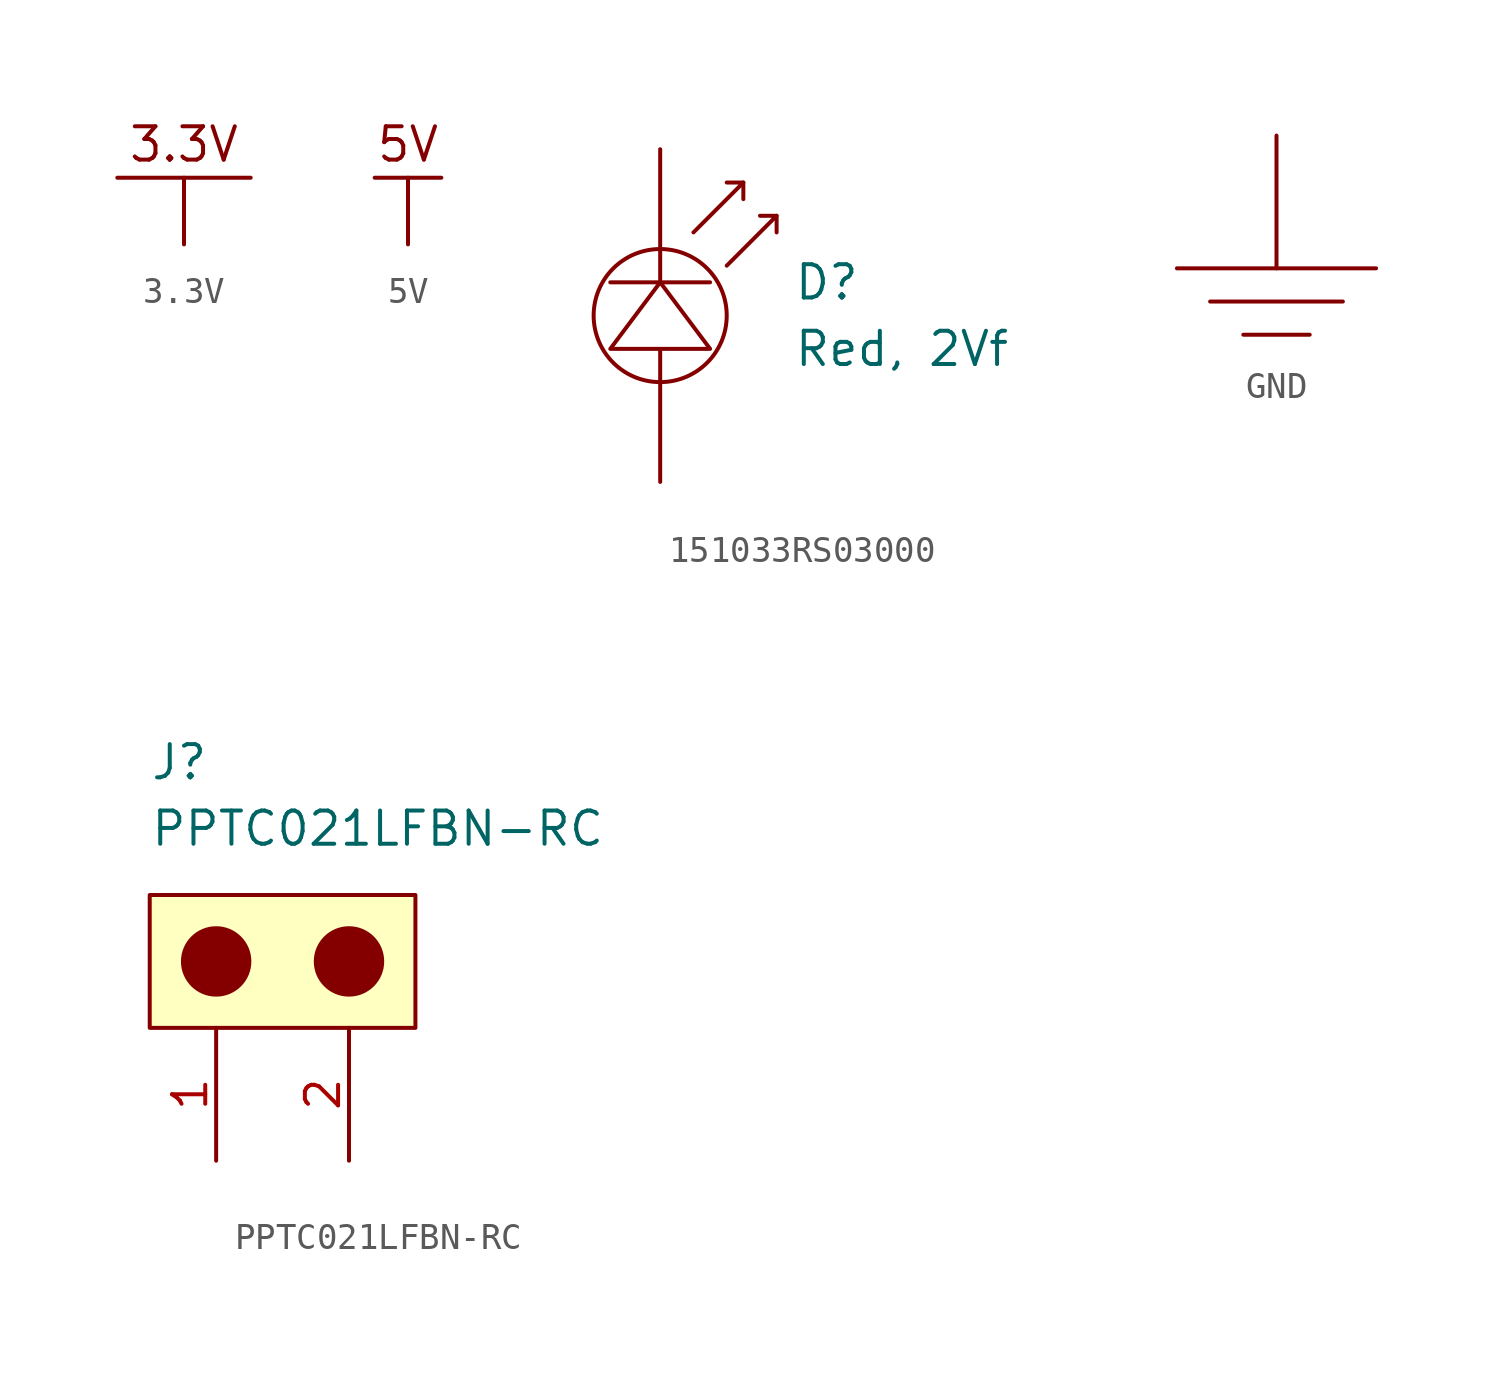
<source format=kicad_sym>
(kicad_symbol_lib
  (version 20231120)
  (generator "kicad_symbol_editor")
  (generator_version "8.0")
  (symbol "3.3V"
    (power)
    (pin_numbers hide)
    (pin_names
      (offset 0) hide)
    (property "Reference" "#PWR"
      (at 0 6.35 0)
      (do_not_autoplace)
      (effects (font (size 1.27 1.27)) (hide yes)))
    (property "Value" ""
      (at 0 0 0)
      (effects (font (size 1.27 1.27))))
    (symbol "3.3V_0_1"
      (polyline (pts (xy -2.54 2.54) (xy 2.54 2.54)) (stroke (width 0) (type default)) (fill (type none)))
      (polyline (pts (xy 0 0) (xy 0 2.54)) (stroke (width 0) (type default)) (fill (type none))))
    (symbol "3.3V_1_1"
      (text "3.3V" (at 0 3.81 0) (effects (font (size 1.27 1.27))))
      (pin power_in line (at 0 0 90) (length 0) hide (name "" (effects (font (size 1.27 1.27)))) (number "1" (effects (font (size 1.27 1.27)))))))
  (symbol "5V"
    (power)
    (pin_numbers hide)
    (pin_names
      (offset 0) hide)
    (property "Reference" "#PWR"
      (at 0 6.35 0)
      (do_not_autoplace)
      (effects (font (size 1.27 1.27)) (hide yes)))
    (property "Value" ""
      (at 0 0 0)
      (effects (font (size 1.27 1.27))))
    (symbol "5V_0_1"
      (polyline (pts (xy -1.27 2.54) (xy 1.27 2.54)) (stroke (width 0) (type default)) (fill (type none)))
      (polyline (pts (xy 0 0) (xy 0 2.54)) (stroke (width 0) (type default)) (fill (type none))))
    (symbol "5V_1_1"
      (text "5V" (at 0 3.81 0) (effects (font (size 1.27 1.27))))
      (pin power_in line (at 0 0 90) (length 0) hide (name "" (effects (font (size 1.27 1.27)))) (number "1" (effects (font (size 1.27 1.27)))))))
  (symbol "151033RS03000"
    (property "Reference" "D"
      (at 5.08 7.62 0)
      (do_not_autoplace)
      (effects (font (size 1.27 1.27)) (justify left)))
    (property "Value" "Red, 2Vf"
      (at 5.08 5.08 0)
      (do_not_autoplace)
      (effects (font (size 1.27 1.27)) (justify left)))
    (symbol "151033RS03000_0_1"
      (polyline (pts (xy -1.905 7.62) (xy 1.905 7.62)) (stroke (width 0) (type default)) (fill (type none)))
      (polyline (pts (xy 0 7.62) (xy 0 12.7)) (stroke (width 0) (type default)) (fill (type none)))
      (polyline (pts (xy 3.175 11.43) (xy 3.175 10.795)) (stroke (width 0) (type default)) (fill (type none)))
      (polyline (pts (xy 4.445 10.16) (xy 4.445 9.525)) (stroke (width 0) (type default)) (fill (type none)))
      (polyline (pts (xy 1.27 9.525) (xy 3.175 11.43) (xy 2.54 11.43)) (stroke (width 0) (type default)) (fill (type none)))
      (polyline (pts (xy 2.54 8.255) (xy 4.445 10.16) (xy 3.81 10.16)) (stroke (width 0) (type default)) (fill (type none)))
      (polyline (pts (xy 0 0) (xy 0 5.08) (xy -1.905 5.08) (xy 0 7.62) (xy 1.905 5.08) (xy 0 5.08)) (stroke (width 0) (type default)) (fill (type none)))
      (circle (center 0 6.35) (radius 2.54) (stroke (width 0) (type default)) (fill (type none))))
    (symbol "151033RS03000_1_1"
      (pin passive line (at 0 12.7 270) (length 0) hide (name "" (effects (font (size 1.27 1.27)))) (number "1" (effects (font (size 1.27 1.27)))))
      (pin passive line (at 0 0 90) (length 0) hide (name "" (effects (font (size 1.27 1.27)))) (number "2" (effects (font (size 1.27 1.27)))))))
  (symbol "GND"
    (power)
    (pin_numbers hide)
    (pin_names
      (offset 0) hide)
    (property "Reference" "#PWR"
      (at 0 -8.89 0)
      (do_not_autoplace)
      (effects (font (size 1.27 1.27)) (hide yes)))
    (property "Value" ""
      (at 0 -7.62 0)
      (effects (font (size 1.27 1.27))))
    (symbol "GND_0_1"
      (polyline (pts (xy -3.81 -5.08) (xy 3.81 -5.08)) (stroke (width 0) (type default)) (fill (type none)))
      (polyline (pts (xy -2.54 -6.35) (xy 2.54 -6.35)) (stroke (width 0) (type default)) (fill (type none)))
      (polyline (pts (xy -1.27 -7.62) (xy 1.27 -7.62)) (stroke (width 0) (type default)) (fill (type none)))
      (polyline (pts (xy 0 -5.08) (xy 0 0)) (stroke (width 0) (type default)) (fill (type none))))
    (symbol "GND_1_1"
      (pin power_in line (at 0 0 270) (length 0) hide (name "" (effects (font (size 1.27 1.27)))) (number "1" (effects (font (size 1.27 1.27)))))))
  (symbol "PPTC021LFBN-RC"
    (property "Reference" "J"
      (at 0 15.24 0)
      (do_not_autoplace)
      (effects (font (size 1.27 1.27)) (justify left)))
    (property "Value" "PPTC021LFBN-RC"
      (at 0 12.7 0)
      (do_not_autoplace)
      (effects (font (size 1.27 1.27)) (justify left)))
    (symbol "PPTC021LFBN-RC_0_1"
      (rectangle (start 0 10.16) (end 10.16 5.08) (stroke (width 0) (type default)) (fill (type background)))
      (circle (center 2.54 7.62) (radius 1.27) (stroke (width 0) (type default)) (fill (type outline))))
    (symbol "PPTC021LFBN-RC_1_1"
      (circle (center 7.62 7.62) (radius 1.27) (stroke (width 0) (type default)) (fill (type outline)))
      (pin passive line (at 2.54 0 90) (length 5.08) (name "" (effects (font (size 1.27 1.27)))) (number "1" (effects (font (size 1.27 1.27)))))
      (pin passive line (at 7.62 0 90) (length 5.08) (name "" (effects (font (size 1.27 1.27)))) (number "2" (effects (font (size 1.27 1.27))))))))
</source>
